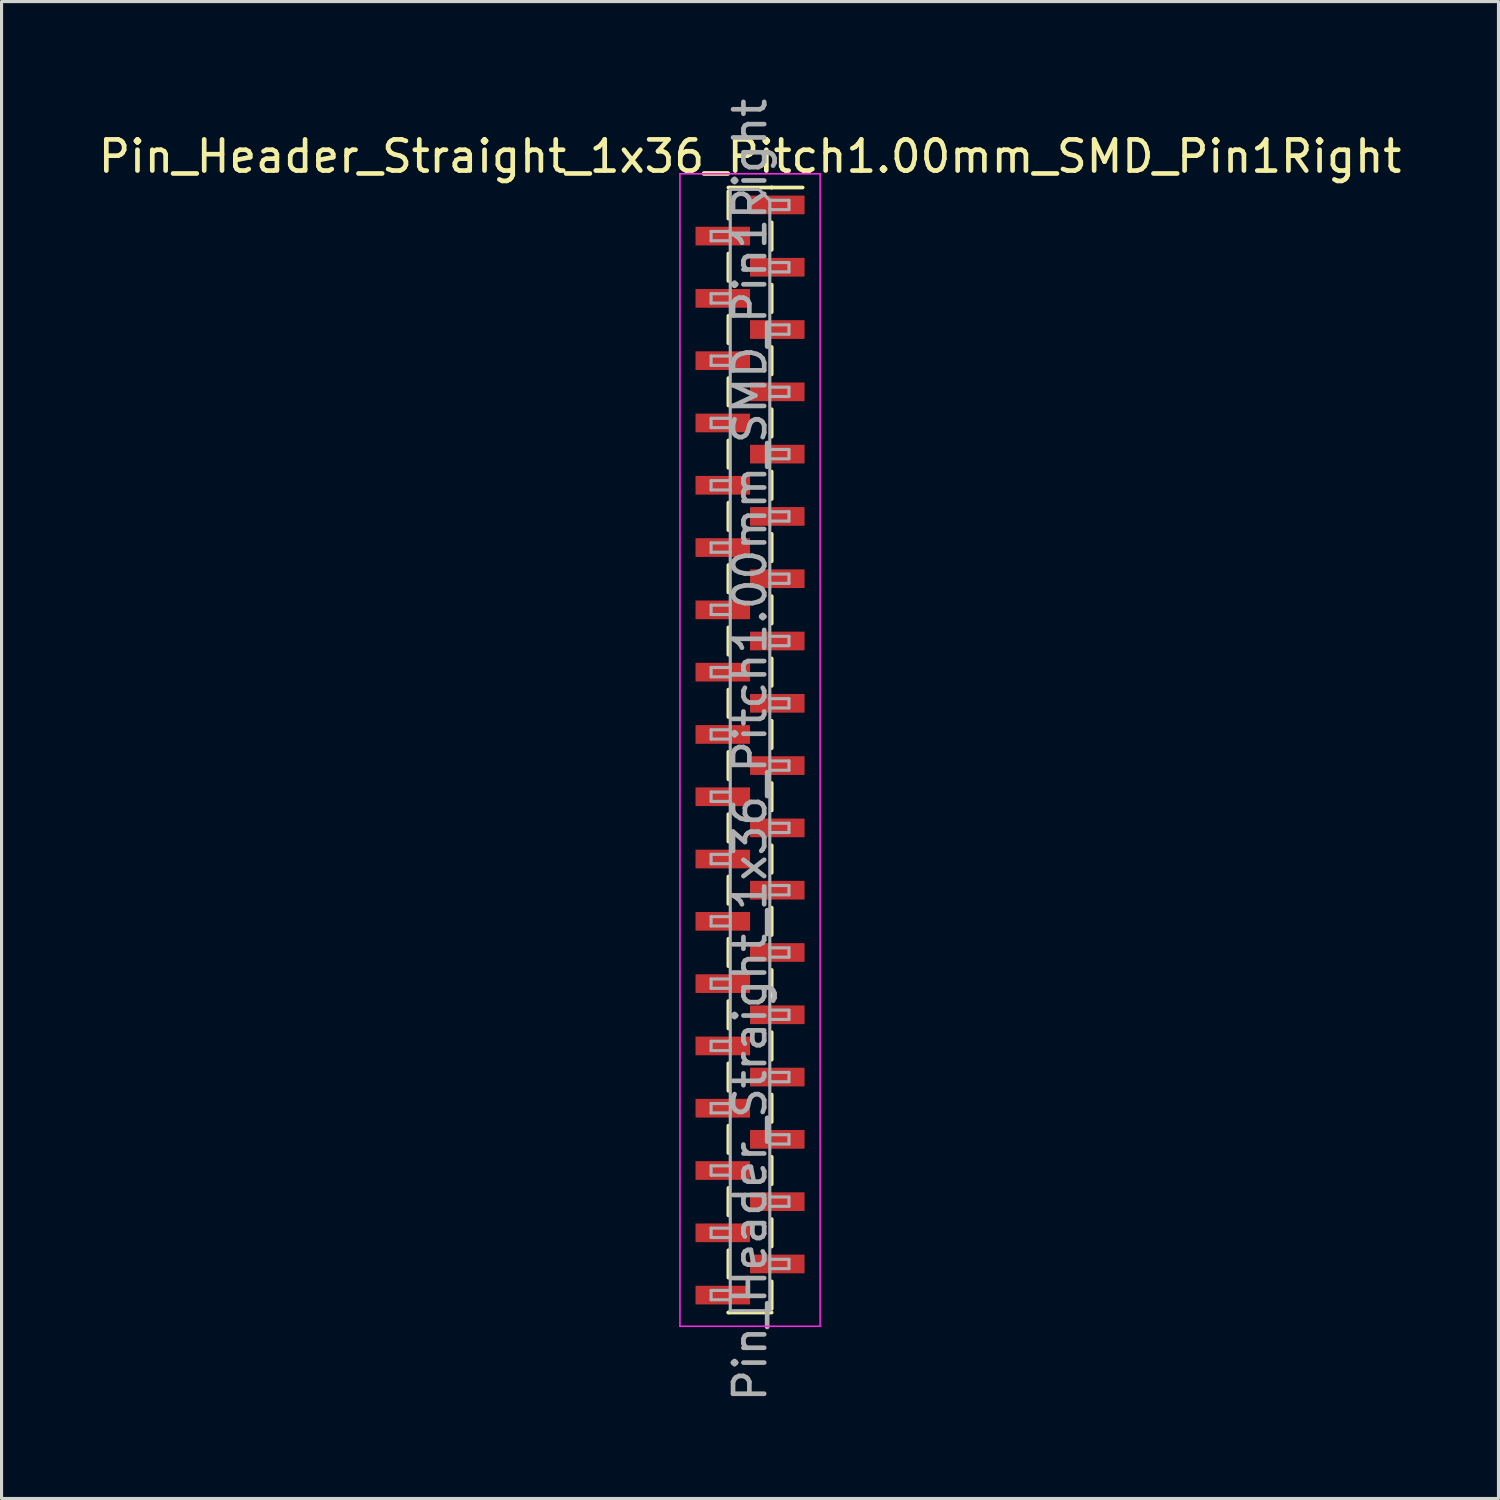
<source format=kicad_pcb>
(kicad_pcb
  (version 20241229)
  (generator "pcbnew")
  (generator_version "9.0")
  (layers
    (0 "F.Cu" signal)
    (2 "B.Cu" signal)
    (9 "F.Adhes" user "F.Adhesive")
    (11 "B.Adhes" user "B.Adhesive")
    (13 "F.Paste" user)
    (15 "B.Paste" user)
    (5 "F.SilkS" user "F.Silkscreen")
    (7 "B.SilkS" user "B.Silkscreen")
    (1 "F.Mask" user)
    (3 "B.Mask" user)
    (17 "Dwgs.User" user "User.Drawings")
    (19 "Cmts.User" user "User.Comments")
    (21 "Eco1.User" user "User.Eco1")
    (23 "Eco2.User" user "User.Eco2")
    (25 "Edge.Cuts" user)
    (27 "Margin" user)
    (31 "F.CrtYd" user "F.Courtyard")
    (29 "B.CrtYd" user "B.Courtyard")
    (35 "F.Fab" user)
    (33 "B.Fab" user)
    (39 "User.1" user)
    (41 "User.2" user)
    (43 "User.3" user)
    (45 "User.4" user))
  (footprint "Pin_Header_Straight_1x36_Pitch1.00mm_SMD_Pin1Right"
    (layer "F.Cu")
    (at 21.03 21.03)
    (property "Reference" "Pin_Header_Straight_1x36_Pitch1.00mm_SMD_Pin1Right" (at 0 -19.06 0) (layer "F.SilkS") (effects (font (size 1 1) (thickness 0.15))))
    (attr smd)
    (fp_line (start -0.695 -18.06) (end 0.695 -18.06) (stroke (width 0.12) (type solid)) (layer "F.SilkS"))
    (fp_line (start -0.695 -17.94) (end -0.695 -17.06) (stroke (width 0.12) (type solid)) (layer "F.SilkS"))
    (fp_line (start -0.695 -15.94) (end -0.695 -15.06) (stroke (width 0.12) (type solid)) (layer "F.SilkS"))
    (fp_line (start -0.695 -13.94) (end -0.695 -13.06) (stroke (width 0.12) (type solid)) (layer "F.SilkS"))
    (fp_line (start -0.695 -11.94) (end -0.695 -11.06) (stroke (width 0.12) (type solid)) (layer "F.SilkS"))
    (fp_line (start -0.695 -9.94) (end -0.695 -9.06) (stroke (width 0.12) (type solid)) (layer "F.SilkS"))
    (fp_line (start -0.695 -7.94) (end -0.695 -7.06) (stroke (width 0.12) (type solid)) (layer "F.SilkS"))
    (fp_line (start -0.695 -5.94) (end -0.695 -5.06) (stroke (width 0.12) (type solid)) (layer "F.SilkS"))
    (fp_line (start -0.695 -3.94) (end -0.695 -3.06) (stroke (width 0.12) (type solid)) (layer "F.SilkS"))
    (fp_line (start -0.695 -1.94) (end -0.695 -1.06) (stroke (width 0.12) (type solid)) (layer "F.SilkS"))
    (fp_line (start -0.695 0.06) (end -0.695 0.94) (stroke (width 0.12) (type solid)) (layer "F.SilkS"))
    (fp_line (start -0.695 2.06) (end -0.695 2.94) (stroke (width 0.12) (type solid)) (layer "F.SilkS"))
    (fp_line (start -0.695 4.06) (end -0.695 4.94) (stroke (width 0.12) (type solid)) (layer "F.SilkS"))
    (fp_line (start -0.695 6.06) (end -0.695 6.94) (stroke (width 0.12) (type solid)) (layer "F.SilkS"))
    (fp_line (start -0.695 8.06) (end -0.695 8.94) (stroke (width 0.12) (type solid)) (layer "F.SilkS"))
    (fp_line (start -0.695 10.06) (end -0.695 10.94) (stroke (width 0.12) (type solid)) (layer "F.SilkS"))
    (fp_line (start -0.695 12.06) (end -0.695 12.94) (stroke (width 0.12) (type solid)) (layer "F.SilkS"))
    (fp_line (start -0.695 14.06) (end -0.695 14.94) (stroke (width 0.12) (type solid)) (layer "F.SilkS"))
    (fp_line (start -0.695 16.06) (end -0.695 16.94) (stroke (width 0.12) (type solid)) (layer "F.SilkS"))
    (fp_line (start -0.695 18.06) (end -0.695 18.06) (stroke (width 0.12) (type solid)) (layer "F.SilkS"))
    (fp_line (start -0.695 18.06) (end 0.695 18.06) (stroke (width 0.12) (type solid)) (layer "F.SilkS"))
    (fp_line (start 0.695 -18.06) (end 0.695 -18.06) (stroke (width 0.12) (type solid)) (layer "F.SilkS"))
    (fp_line (start 0.695 -18.06) (end 1.69 -18.06) (stroke (width 0.12) (type solid)) (layer "F.SilkS"))
    (fp_line (start 0.695 -16.94) (end 0.695 -16.06) (stroke (width 0.12) (type solid)) (layer "F.SilkS"))
    (fp_line (start 0.695 -14.94) (end 0.695 -14.06) (stroke (width 0.12) (type solid)) (layer "F.SilkS"))
    (fp_line (start 0.695 -12.94) (end 0.695 -12.06) (stroke (width 0.12) (type solid)) (layer "F.SilkS"))
    (fp_line (start 0.695 -10.94) (end 0.695 -10.06) (stroke (width 0.12) (type solid)) (layer "F.SilkS"))
    (fp_line (start 0.695 -8.94) (end 0.695 -8.06) (stroke (width 0.12) (type solid)) (layer "F.SilkS"))
    (fp_line (start 0.695 -6.94) (end 0.695 -6.06) (stroke (width 0.12) (type solid)) (layer "F.SilkS"))
    (fp_line (start 0.695 -4.94) (end 0.695 -4.06) (stroke (width 0.12) (type solid)) (layer "F.SilkS"))
    (fp_line (start 0.695 -2.94) (end 0.695 -2.06) (stroke (width 0.12) (type solid)) (layer "F.SilkS"))
    (fp_line (start 0.695 -0.94) (end 0.695 -0.06) (stroke (width 0.12) (type solid)) (layer "F.SilkS"))
    (fp_line (start 0.695 1.06) (end 0.695 1.94) (stroke (width 0.12) (type solid)) (layer "F.SilkS"))
    (fp_line (start 0.695 3.06) (end 0.695 3.94) (stroke (width 0.12) (type solid)) (layer "F.SilkS"))
    (fp_line (start 0.695 5.06) (end 0.695 5.94) (stroke (width 0.12) (type solid)) (layer "F.SilkS"))
    (fp_line (start 0.695 7.06) (end 0.695 7.94) (stroke (width 0.12) (type solid)) (layer "F.SilkS"))
    (fp_line (start 0.695 9.06) (end 0.695 9.94) (stroke (width 0.12) (type solid)) (layer "F.SilkS"))
    (fp_line (start 0.695 11.06) (end 0.695 11.94) (stroke (width 0.12) (type solid)) (layer "F.SilkS"))
    (fp_line (start 0.695 13.06) (end 0.695 13.94) (stroke (width 0.12) (type solid)) (layer "F.SilkS"))
    (fp_line (start 0.695 15.06) (end 0.695 15.94) (stroke (width 0.12) (type solid)) (layer "F.SilkS"))
    (fp_line (start 0.695 17.06) (end 0.695 17.94) (stroke (width 0.12) (type solid)) (layer "F.SilkS"))
    (fp_line (start -2.25 -18.5) (end -2.25 18.5) (stroke (width 0.05) (type solid)) (layer "F.CrtYd"))
    (fp_line (start -2.25 18.5) (end 2.25 18.5) (stroke (width 0.05) (type solid)) (layer "F.CrtYd"))
    (fp_line (start 2.25 -18.5) (end -2.25 -18.5) (stroke (width 0.05) (type solid)) (layer "F.CrtYd"))
    (fp_line (start 2.25 18.5) (end 2.25 -18.5) (stroke (width 0.05) (type solid)) (layer "F.CrtYd"))
    (fp_line (start -1.25 -16.65) (end -1.25 -16.35) (stroke (width 0.1) (type solid)) (layer "F.Fab"))
    (fp_line (start -1.25 -16.35) (end -0.635 -16.35) (stroke (width 0.1) (type solid)) (layer "F.Fab"))
    (fp_line (start -1.25 -14.65) (end -1.25 -14.35) (stroke (width 0.1) (type solid)) (layer "F.Fab"))
    (fp_line (start -1.25 -14.35) (end -0.635 -14.35) (stroke (width 0.1) (type solid)) (layer "F.Fab"))
    (fp_line (start -1.25 -12.65) (end -1.25 -12.35) (stroke (width 0.1) (type solid)) (layer "F.Fab"))
    (fp_line (start -1.25 -12.35) (end -0.635 -12.35) (stroke (width 0.1) (type solid)) (layer "F.Fab"))
    (fp_line (start -1.25 -10.65) (end -1.25 -10.35) (stroke (width 0.1) (type solid)) (layer "F.Fab"))
    (fp_line (start -1.25 -10.35) (end -0.635 -10.35) (stroke (width 0.1) (type solid)) (layer "F.Fab"))
    (fp_line (start -1.25 -8.65) (end -1.25 -8.35) (stroke (width 0.1) (type solid)) (layer "F.Fab"))
    (fp_line (start -1.25 -8.35) (end -0.635 -8.35) (stroke (width 0.1) (type solid)) (layer "F.Fab"))
    (fp_line (start -1.25 -6.65) (end -1.25 -6.35) (stroke (width 0.1) (type solid)) (layer "F.Fab"))
    (fp_line (start -1.25 -6.35) (end -0.635 -6.35) (stroke (width 0.1) (type solid)) (layer "F.Fab"))
    (fp_line (start -1.25 -4.65) (end -1.25 -4.35) (stroke (width 0.1) (type solid)) (layer "F.Fab"))
    (fp_line (start -1.25 -4.35) (end -0.635 -4.35) (stroke (width 0.1) (type solid)) (layer "F.Fab"))
    (fp_line (start -1.25 -2.65) (end -1.25 -2.35) (stroke (width 0.1) (type solid)) (layer "F.Fab"))
    (fp_line (start -1.25 -2.35) (end -0.635 -2.35) (stroke (width 0.1) (type solid)) (layer "F.Fab"))
    (fp_line (start -1.25 -0.65) (end -1.25 -0.35) (stroke (width 0.1) (type solid)) (layer "F.Fab"))
    (fp_line (start -1.25 -0.35) (end -0.635 -0.35) (stroke (width 0.1) (type solid)) (layer "F.Fab"))
    (fp_line (start -1.25 1.35) (end -1.25 1.65) (stroke (width 0.1) (type solid)) (layer "F.Fab"))
    (fp_line (start -1.25 1.65) (end -0.635 1.65) (stroke (width 0.1) (type solid)) (layer "F.Fab"))
    (fp_line (start -1.25 3.35) (end -1.25 3.65) (stroke (width 0.1) (type solid)) (layer "F.Fab"))
    (fp_line (start -1.25 3.65) (end -0.635 3.65) (stroke (width 0.1) (type solid)) (layer "F.Fab"))
    (fp_line (start -1.25 5.35) (end -1.25 5.65) (stroke (width 0.1) (type solid)) (layer "F.Fab"))
    (fp_line (start -1.25 5.65) (end -0.635 5.65) (stroke (width 0.1) (type solid)) (layer "F.Fab"))
    (fp_line (start -1.25 7.35) (end -1.25 7.65) (stroke (width 0.1) (type solid)) (layer "F.Fab"))
    (fp_line (start -1.25 7.65) (end -0.635 7.65) (stroke (width 0.1) (type solid)) (layer "F.Fab"))
    (fp_line (start -1.25 9.35) (end -1.25 9.65) (stroke (width 0.1) (type solid)) (layer "F.Fab"))
    (fp_line (start -1.25 9.65) (end -0.635 9.65) (stroke (width 0.1) (type solid)) (layer "F.Fab"))
    (fp_line (start -1.25 11.35) (end -1.25 11.65) (stroke (width 0.1) (type solid)) (layer "F.Fab"))
    (fp_line (start -1.25 11.65) (end -0.635 11.65) (stroke (width 0.1) (type solid)) (layer "F.Fab"))
    (fp_line (start -1.25 13.35) (end -1.25 13.65) (stroke (width 0.1) (type solid)) (layer "F.Fab"))
    (fp_line (start -1.25 13.65) (end -0.635 13.65) (stroke (width 0.1) (type solid)) (layer "F.Fab"))
    (fp_line (start -1.25 15.35) (end -1.25 15.65) (stroke (width 0.1) (type solid)) (layer "F.Fab"))
    (fp_line (start -1.25 15.65) (end -0.635 15.65) (stroke (width 0.1) (type solid)) (layer "F.Fab"))
    (fp_line (start -1.25 17.35) (end -1.25 17.65) (stroke (width 0.1) (type solid)) (layer "F.Fab"))
    (fp_line (start -1.25 17.65) (end -0.635 17.65) (stroke (width 0.1) (type solid)) (layer "F.Fab"))
    (fp_line (start -0.635 -18) (end -0.635 18) (stroke (width 0.1) (type solid)) (layer "F.Fab"))
    (fp_line (start -0.635 -18) (end 0.285 -18) (stroke (width 0.1) (type solid)) (layer "F.Fab"))
    (fp_line (start -0.635 -16.65) (end -1.25 -16.65) (stroke (width 0.1) (type solid)) (layer "F.Fab"))
    (fp_line (start -0.635 -14.65) (end -1.25 -14.65) (stroke (width 0.1) (type solid)) (layer "F.Fab"))
    (fp_line (start -0.635 -12.65) (end -1.25 -12.65) (stroke (width 0.1) (type solid)) (layer "F.Fab"))
    (fp_line (start -0.635 -10.65) (end -1.25 -10.65) (stroke (width 0.1) (type solid)) (layer "F.Fab"))
    (fp_line (start -0.635 -8.65) (end -1.25 -8.65) (stroke (width 0.1) (type solid)) (layer "F.Fab"))
    (fp_line (start -0.635 -6.65) (end -1.25 -6.65) (stroke (width 0.1) (type solid)) (layer "F.Fab"))
    (fp_line (start -0.635 -4.65) (end -1.25 -4.65) (stroke (width 0.1) (type solid)) (layer "F.Fab"))
    (fp_line (start -0.635 -2.65) (end -1.25 -2.65) (stroke (width 0.1) (type solid)) (layer "F.Fab"))
    (fp_line (start -0.635 -0.65) (end -1.25 -0.65) (stroke (width 0.1) (type solid)) (layer "F.Fab"))
    (fp_line (start -0.635 1.35) (end -1.25 1.35) (stroke (width 0.1) (type solid)) (layer "F.Fab"))
    (fp_line (start -0.635 3.35) (end -1.25 3.35) (stroke (width 0.1) (type solid)) (layer "F.Fab"))
    (fp_line (start -0.635 5.35) (end -1.25 5.35) (stroke (width 0.1) (type solid)) (layer "F.Fab"))
    (fp_line (start -0.635 7.35) (end -1.25 7.35) (stroke (width 0.1) (type solid)) (layer "F.Fab"))
    (fp_line (start -0.635 9.35) (end -1.25 9.35) (stroke (width 0.1) (type solid)) (layer "F.Fab"))
    (fp_line (start -0.635 11.35) (end -1.25 11.35) (stroke (width 0.1) (type solid)) (layer "F.Fab"))
    (fp_line (start -0.635 13.35) (end -1.25 13.35) (stroke (width 0.1) (type solid)) (layer "F.Fab"))
    (fp_line (start -0.635 15.35) (end -1.25 15.35) (stroke (width 0.1) (type solid)) (layer "F.Fab"))
    (fp_line (start -0.635 17.35) (end -1.25 17.35) (stroke (width 0.1) (type solid)) (layer "F.Fab"))
    (fp_line (start 0.635 -17.65) (end 0.285 -18) (stroke (width 0.1) (type solid)) (layer "F.Fab"))
    (fp_line (start 0.635 -17.65) (end 1.25 -17.65) (stroke (width 0.1) (type solid)) (layer "F.Fab"))
    (fp_line (start 0.635 -15.65) (end 1.25 -15.65) (stroke (width 0.1) (type solid)) (layer "F.Fab"))
    (fp_line (start 0.635 -13.65) (end 1.25 -13.65) (stroke (width 0.1) (type solid)) (layer "F.Fab"))
    (fp_line (start 0.635 -11.65) (end 1.25 -11.65) (stroke (width 0.1) (type solid)) (layer "F.Fab"))
    (fp_line (start 0.635 -9.65) (end 1.25 -9.65) (stroke (width 0.1) (type solid)) (layer "F.Fab"))
    (fp_line (start 0.635 -7.65) (end 1.25 -7.65) (stroke (width 0.1) (type solid)) (layer "F.Fab"))
    (fp_line (start 0.635 -5.65) (end 1.25 -5.65) (stroke (width 0.1) (type solid)) (layer "F.Fab"))
    (fp_line (start 0.635 -3.65) (end 1.25 -3.65) (stroke (width 0.1) (type solid)) (layer "F.Fab"))
    (fp_line (start 0.635 -1.65) (end 1.25 -1.65) (stroke (width 0.1) (type solid)) (layer "F.Fab"))
    (fp_line (start 0.635 0.35) (end 1.25 0.35) (stroke (width 0.1) (type solid)) (layer "F.Fab"))
    (fp_line (start 0.635 2.35) (end 1.25 2.35) (stroke (width 0.1) (type solid)) (layer "F.Fab"))
    (fp_line (start 0.635 4.35) (end 1.25 4.35) (stroke (width 0.1) (type solid)) (layer "F.Fab"))
    (fp_line (start 0.635 6.35) (end 1.25 6.35) (stroke (width 0.1) (type solid)) (layer "F.Fab"))
    (fp_line (start 0.635 8.35) (end 1.25 8.35) (stroke (width 0.1) (type solid)) (layer "F.Fab"))
    (fp_line (start 0.635 10.35) (end 1.25 10.35) (stroke (width 0.1) (type solid)) (layer "F.Fab"))
    (fp_line (start 0.635 12.35) (end 1.25 12.35) (stroke (width 0.1) (type solid)) (layer "F.Fab"))
    (fp_line (start 0.635 14.35) (end 1.25 14.35) (stroke (width 0.1) (type solid)) (layer "F.Fab"))
    (fp_line (start 0.635 16.35) (end 1.25 16.35) (stroke (width 0.1) (type solid)) (layer "F.Fab"))
    (fp_line (start 0.635 18) (end -0.635 18) (stroke (width 0.1) (type solid)) (layer "F.Fab"))
    (fp_line (start 0.635 18) (end 0.635 -17.65) (stroke (width 0.1) (type solid)) (layer "F.Fab"))
    (fp_line (start 1.25 -17.65) (end 1.25 -17.35) (stroke (width 0.1) (type solid)) (layer "F.Fab"))
    (fp_line (start 1.25 -17.35) (end 0.635 -17.35) (stroke (width 0.1) (type solid)) (layer "F.Fab"))
    (fp_line (start 1.25 -15.65) (end 1.25 -15.35) (stroke (width 0.1) (type solid)) (layer "F.Fab"))
    (fp_line (start 1.25 -15.35) (end 0.635 -15.35) (stroke (width 0.1) (type solid)) (layer "F.Fab"))
    (fp_line (start 1.25 -13.65) (end 1.25 -13.35) (stroke (width 0.1) (type solid)) (layer "F.Fab"))
    (fp_line (start 1.25 -13.35) (end 0.635 -13.35) (stroke (width 0.1) (type solid)) (layer "F.Fab"))
    (fp_line (start 1.25 -11.65) (end 1.25 -11.35) (stroke (width 0.1) (type solid)) (layer "F.Fab"))
    (fp_line (start 1.25 -11.35) (end 0.635 -11.35) (stroke (width 0.1) (type solid)) (layer "F.Fab"))
    (fp_line (start 1.25 -9.65) (end 1.25 -9.35) (stroke (width 0.1) (type solid)) (layer "F.Fab"))
    (fp_line (start 1.25 -9.35) (end 0.635 -9.35) (stroke (width 0.1) (type solid)) (layer "F.Fab"))
    (fp_line (start 1.25 -7.65) (end 1.25 -7.35) (stroke (width 0.1) (type solid)) (layer "F.Fab"))
    (fp_line (start 1.25 -7.35) (end 0.635 -7.35) (stroke (width 0.1) (type solid)) (layer "F.Fab"))
    (fp_line (start 1.25 -5.65) (end 1.25 -5.35) (stroke (width 0.1) (type solid)) (layer "F.Fab"))
    (fp_line (start 1.25 -5.35) (end 0.635 -5.35) (stroke (width 0.1) (type solid)) (layer "F.Fab"))
    (fp_line (start 1.25 -3.65) (end 1.25 -3.35) (stroke (width 0.1) (type solid)) (layer "F.Fab"))
    (fp_line (start 1.25 -3.35) (end 0.635 -3.35) (stroke (width 0.1) (type solid)) (layer "F.Fab"))
    (fp_line (start 1.25 -1.65) (end 1.25 -1.35) (stroke (width 0.1) (type solid)) (layer "F.Fab"))
    (fp_line (start 1.25 -1.35) (end 0.635 -1.35) (stroke (width 0.1) (type solid)) (layer "F.Fab"))
    (fp_line (start 1.25 0.35) (end 1.25 0.65) (stroke (width 0.1) (type solid)) (layer "F.Fab"))
    (fp_line (start 1.25 0.65) (end 0.635 0.65) (stroke (width 0.1) (type solid)) (layer "F.Fab"))
    (fp_line (start 1.25 2.35) (end 1.25 2.65) (stroke (width 0.1) (type solid)) (layer "F.Fab"))
    (fp_line (start 1.25 2.65) (end 0.635 2.65) (stroke (width 0.1) (type solid)) (layer "F.Fab"))
    (fp_line (start 1.25 4.35) (end 1.25 4.65) (stroke (width 0.1) (type solid)) (layer "F.Fab"))
    (fp_line (start 1.25 4.65) (end 0.635 4.65) (stroke (width 0.1) (type solid)) (layer "F.Fab"))
    (fp_line (start 1.25 6.35) (end 1.25 6.65) (stroke (width 0.1) (type solid)) (layer "F.Fab"))
    (fp_line (start 1.25 6.65) (end 0.635 6.65) (stroke (width 0.1) (type solid)) (layer "F.Fab"))
    (fp_line (start 1.25 8.35) (end 1.25 8.65) (stroke (width 0.1) (type solid)) (layer "F.Fab"))
    (fp_line (start 1.25 8.65) (end 0.635 8.65) (stroke (width 0.1) (type solid)) (layer "F.Fab"))
    (fp_line (start 1.25 10.35) (end 1.25 10.65) (stroke (width 0.1) (type solid)) (layer "F.Fab"))
    (fp_line (start 1.25 10.65) (end 0.635 10.65) (stroke (width 0.1) (type solid)) (layer "F.Fab"))
    (fp_line (start 1.25 12.35) (end 1.25 12.65) (stroke (width 0.1) (type solid)) (layer "F.Fab"))
    (fp_line (start 1.25 12.65) (end 0.635 12.65) (stroke (width 0.1) (type solid)) (layer "F.Fab"))
    (fp_line (start 1.25 14.35) (end 1.25 14.65) (stroke (width 0.1) (type solid)) (layer "F.Fab"))
    (fp_line (start 1.25 14.65) (end 0.635 14.65) (stroke (width 0.1) (type solid)) (layer "F.Fab"))
    (fp_line (start 1.25 16.35) (end 1.25 16.65) (stroke (width 0.1) (type solid)) (layer "F.Fab"))
    (fp_line (start 1.25 16.65) (end 0.635 16.65) (stroke (width 0.1) (type solid)) (layer "F.Fab"))
    (fp_text user "${REFERENCE}" (at 0 0 90) (layer "F.Fab") (effects (font (size 1 1) (thickness 0.15))))
    (pad "1" smd rect (at 0.875 -17.5) (size 1.75 0.6) (layers "F.Cu" "F.Mask" "F.Paste"))
    (pad "2" smd rect (at -0.875 -16.5) (size 1.75 0.6) (layers "F.Cu" "F.Mask" "F.Paste"))
    (pad "3" smd rect (at 0.875 -15.5) (size 1.75 0.6) (layers "F.Cu" "F.Mask" "F.Paste"))
    (pad "4" smd rect (at -0.875 -14.5) (size 1.75 0.6) (layers "F.Cu" "F.Mask" "F.Paste"))
    (pad "5" smd rect (at 0.875 -13.5) (size 1.75 0.6) (layers "F.Cu" "F.Mask" "F.Paste"))
    (pad "6" smd rect (at -0.875 -12.5) (size 1.75 0.6) (layers "F.Cu" "F.Mask" "F.Paste"))
    (pad "7" smd rect (at 0.875 -11.5) (size 1.75 0.6) (layers "F.Cu" "F.Mask" "F.Paste"))
    (pad "8" smd rect (at -0.875 -10.5) (size 1.75 0.6) (layers "F.Cu" "F.Mask" "F.Paste"))
    (pad "9" smd rect (at 0.875 -9.5) (size 1.75 0.6) (layers "F.Cu" "F.Mask" "F.Paste"))
    (pad "10" smd rect (at -0.875 -8.5) (size 1.75 0.6) (layers "F.Cu" "F.Mask" "F.Paste"))
    (pad "11" smd rect (at 0.875 -7.5) (size 1.75 0.6) (layers "F.Cu" "F.Mask" "F.Paste"))
    (pad "12" smd rect (at -0.875 -6.5) (size 1.75 0.6) (layers "F.Cu" "F.Mask" "F.Paste"))
    (pad "13" smd rect (at 0.875 -5.5) (size 1.75 0.6) (layers "F.Cu" "F.Mask" "F.Paste"))
    (pad "14" smd rect (at -0.875 -4.5) (size 1.75 0.6) (layers "F.Cu" "F.Mask" "F.Paste"))
    (pad "15" smd rect (at 0.875 -3.5) (size 1.75 0.6) (layers "F.Cu" "F.Mask" "F.Paste"))
    (pad "16" smd rect (at -0.875 -2.5) (size 1.75 0.6) (layers "F.Cu" "F.Mask" "F.Paste"))
    (pad "17" smd rect (at 0.875 -1.5) (size 1.75 0.6) (layers "F.Cu" "F.Mask" "F.Paste"))
    (pad "18" smd rect (at -0.875 -0.5) (size 1.75 0.6) (layers "F.Cu" "F.Mask" "F.Paste"))
    (pad "19" smd rect (at 0.875 0.5) (size 1.75 0.6) (layers "F.Cu" "F.Mask" "F.Paste"))
    (pad "20" smd rect (at -0.875 1.5) (size 1.75 0.6) (layers "F.Cu" "F.Mask" "F.Paste"))
    (pad "21" smd rect (at 0.875 2.5) (size 1.75 0.6) (layers "F.Cu" "F.Mask" "F.Paste"))
    (pad "22" smd rect (at -0.875 3.5) (size 1.75 0.6) (layers "F.Cu" "F.Mask" "F.Paste"))
    (pad "23" smd rect (at 0.875 4.5) (size 1.75 0.6) (layers "F.Cu" "F.Mask" "F.Paste"))
    (pad "24" smd rect (at -0.875 5.5) (size 1.75 0.6) (layers "F.Cu" "F.Mask" "F.Paste"))
    (pad "25" smd rect (at 0.875 6.5) (size 1.75 0.6) (layers "F.Cu" "F.Mask" "F.Paste"))
    (pad "26" smd rect (at -0.875 7.5) (size 1.75 0.6) (layers "F.Cu" "F.Mask" "F.Paste"))
    (pad "27" smd rect (at 0.875 8.5) (size 1.75 0.6) (layers "F.Cu" "F.Mask" "F.Paste"))
    (pad "28" smd rect (at -0.875 9.5) (size 1.75 0.6) (layers "F.Cu" "F.Mask" "F.Paste"))
    (pad "29" smd rect (at 0.875 10.5) (size 1.75 0.6) (layers "F.Cu" "F.Mask" "F.Paste"))
    (pad "30" smd rect (at -0.875 11.5) (size 1.75 0.6) (layers "F.Cu" "F.Mask" "F.Paste"))
    (pad "31" smd rect (at 0.875 12.5) (size 1.75 0.6) (layers "F.Cu" "F.Mask" "F.Paste"))
    (pad "32" smd rect (at -0.875 13.5) (size 1.75 0.6) (layers "F.Cu" "F.Mask" "F.Paste"))
    (pad "33" smd rect (at 0.875 14.5) (size 1.75 0.6) (layers "F.Cu" "F.Mask" "F.Paste"))
    (pad "34" smd rect (at -0.875 15.5) (size 1.75 0.6) (layers "F.Cu" "F.Mask" "F.Paste"))
    (pad "35" smd rect (at 0.875 16.5) (size 1.75 0.6) (layers "F.Cu" "F.Mask" "F.Paste"))
    (pad "36" smd rect (at -0.875 17.5) (size 1.75 0.6) (layers "F.Cu" "F.Mask" "F.Paste")))
  (gr_rect
    (start -3 -3)
    (end 45.06 45.06)
    (stroke (width 0.1) (type default))
    (fill no)
    (layer "Edge.Cuts")))
</source>
